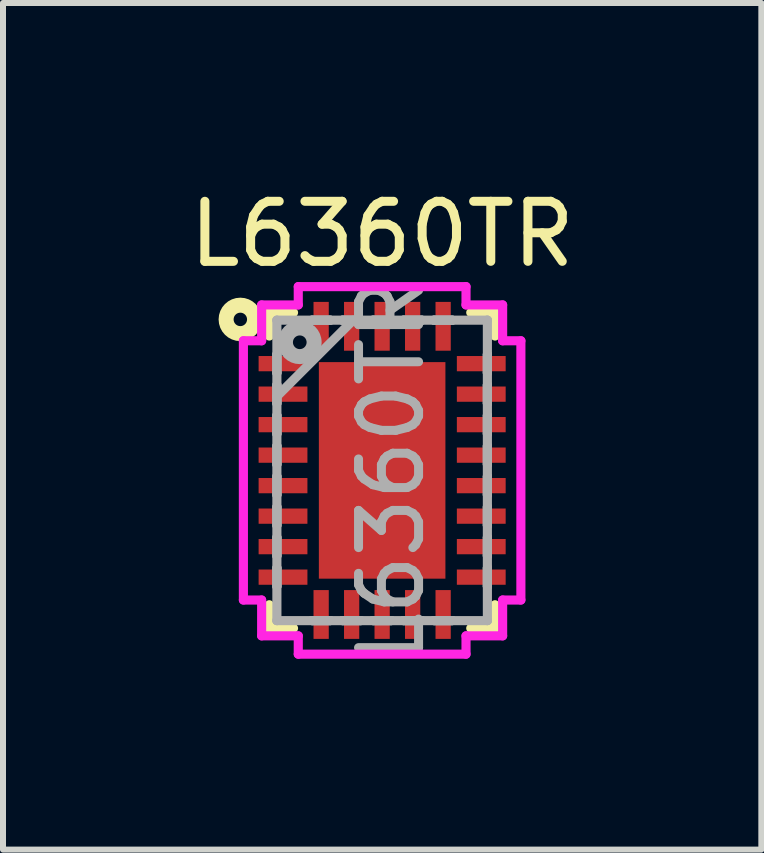
<source format=kicad_pcb>
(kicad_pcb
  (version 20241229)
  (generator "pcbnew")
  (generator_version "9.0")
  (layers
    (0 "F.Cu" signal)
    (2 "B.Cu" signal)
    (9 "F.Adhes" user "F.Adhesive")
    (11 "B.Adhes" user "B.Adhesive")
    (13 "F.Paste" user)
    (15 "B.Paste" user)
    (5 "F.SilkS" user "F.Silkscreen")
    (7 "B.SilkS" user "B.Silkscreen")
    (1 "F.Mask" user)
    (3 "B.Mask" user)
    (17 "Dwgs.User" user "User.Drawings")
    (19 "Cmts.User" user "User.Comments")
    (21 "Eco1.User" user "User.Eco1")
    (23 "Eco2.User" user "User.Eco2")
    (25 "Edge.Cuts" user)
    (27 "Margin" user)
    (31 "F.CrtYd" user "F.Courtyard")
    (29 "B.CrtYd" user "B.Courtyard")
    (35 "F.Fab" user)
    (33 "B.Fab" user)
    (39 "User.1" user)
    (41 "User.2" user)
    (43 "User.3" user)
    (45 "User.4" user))
  (footprint "L6360TR"
    (layer "F.Cu")
    (at 3.315 4.785)
    (property "Reference" "L6360TR" (at 0 -3.937 180) (layer "F.SilkS") (effects (font (size 1 1) (thickness 0.15))))
    (attr through_hole)
    (fp_line (start -1.88 -2.629) (end -1.88 -2.238) (stroke (width 0.152) (type solid)) (layer "F.SilkS"))
    (fp_line (start -1.88 2.238) (end -1.88 2.629) (stroke (width 0.152) (type solid)) (layer "F.SilkS"))
    (fp_line (start -1.88 2.629) (end -1.476 2.629) (stroke (width 0.152) (type solid)) (layer "F.SilkS"))
    (fp_line (start -1.476 -2.629) (end -1.88 -2.629) (stroke (width 0.152) (type solid)) (layer "F.SilkS"))
    (fp_line (start 1.476 2.629) (end 1.88 2.629) (stroke (width 0.152) (type solid)) (layer "F.SilkS"))
    (fp_line (start 1.88 -2.629) (end 1.476 -2.629) (stroke (width 0.152) (type solid)) (layer "F.SilkS"))
    (fp_line (start 1.88 -2.238) (end 1.88 -2.629) (stroke (width 0.152) (type solid)) (layer "F.SilkS"))
    (fp_line (start 1.88 2.629) (end 1.88 2.238) (stroke (width 0.152) (type solid)) (layer "F.SilkS"))
    (fp_circle (center -2.362 -2.515) (end -2.25 -2.515) (stroke (width 0.25) (type solid)) (fill no) (layer "F.SilkS"))
    (fp_line (start -0.954 -1.703) (end -0.954 -0.1) (stroke (width 0.152) (type solid)) (layer "F.Paste"))
    (fp_line (start -0.954 -0.1) (end 0.954 -0.1) (stroke (width 0.152) (type solid)) (layer "F.Paste"))
    (fp_line (start -0.954 0.1) (end -0.954 1.703) (stroke (width 0.152) (type solid)) (layer "F.Paste"))
    (fp_line (start -0.954 1.703) (end 0.954 1.703) (stroke (width 0.152) (type solid)) (layer "F.Paste"))
    (fp_line (start 0.954 -1.703) (end -0.954 -1.703) (stroke (width 0.152) (type solid)) (layer "F.Paste"))
    (fp_line (start 0.954 -0.1) (end 0.954 -1.703) (stroke (width 0.152) (type solid)) (layer "F.Paste"))
    (fp_line (start 0.954 0.1) (end -0.954 0.1) (stroke (width 0.152) (type solid)) (layer "F.Paste"))
    (fp_line (start 0.954 1.703) (end 0.954 0.1) (stroke (width 0.152) (type solid)) (layer "F.Paste"))
    (fp_line (start -2.311 -2.159) (end -2.007 -2.159) (stroke (width 0.152) (type solid)) (layer "F.CrtYd"))
    (fp_line (start -2.311 2.159) (end -2.311 -2.159) (stroke (width 0.152) (type solid)) (layer "F.CrtYd"))
    (fp_line (start -2.007 -2.756) (end -1.397 -2.756) (stroke (width 0.152) (type solid)) (layer "F.CrtYd"))
    (fp_line (start -2.007 -2.159) (end -2.007 -2.756) (stroke (width 0.152) (type solid)) (layer "F.CrtYd"))
    (fp_line (start -2.007 2.159) (end -2.311 2.159) (stroke (width 0.152) (type solid)) (layer "F.CrtYd"))
    (fp_line (start -2.007 2.756) (end -2.007 2.159) (stroke (width 0.152) (type solid)) (layer "F.CrtYd"))
    (fp_line (start -1.397 -3.061) (end 1.397 -3.061) (stroke (width 0.152) (type solid)) (layer "F.CrtYd"))
    (fp_line (start -1.397 -2.756) (end -1.397 -3.061) (stroke (width 0.152) (type solid)) (layer "F.CrtYd"))
    (fp_line (start -1.397 2.756) (end -2.007 2.756) (stroke (width 0.152) (type solid)) (layer "F.CrtYd"))
    (fp_line (start -1.397 3.061) (end -1.397 2.756) (stroke (width 0.152) (type solid)) (layer "F.CrtYd"))
    (fp_line (start 1.397 -3.061) (end 1.397 -2.756) (stroke (width 0.152) (type solid)) (layer "F.CrtYd"))
    (fp_line (start 1.397 -2.756) (end 2.007 -2.756) (stroke (width 0.152) (type solid)) (layer "F.CrtYd"))
    (fp_line (start 1.397 2.756) (end 1.397 3.061) (stroke (width 0.152) (type solid)) (layer "F.CrtYd"))
    (fp_line (start 1.397 3.061) (end -1.397 3.061) (stroke (width 0.152) (type solid)) (layer "F.CrtYd"))
    (fp_line (start 2.007 -2.756) (end 2.007 -2.159) (stroke (width 0.152) (type solid)) (layer "F.CrtYd"))
    (fp_line (start 2.007 -2.159) (end 2.311 -2.159) (stroke (width 0.152) (type solid)) (layer "F.CrtYd"))
    (fp_line (start 2.007 2.159) (end 2.007 2.756) (stroke (width 0.152) (type solid)) (layer "F.CrtYd"))
    (fp_line (start 2.007 2.756) (end 1.397 2.756) (stroke (width 0.152) (type solid)) (layer "F.CrtYd"))
    (fp_line (start 2.311 -2.159) (end 2.311 2.159) (stroke (width 0.152) (type solid)) (layer "F.CrtYd"))
    (fp_line (start 2.311 2.159) (end 2.007 2.159) (stroke (width 0.152) (type solid)) (layer "F.CrtYd"))
    (fp_line (start -1.753 -2.502) (end -1.753 -2.502) (stroke (width 0.152) (type solid)) (layer "F.Fab"))
    (fp_line (start -1.753 -2.502) (end -1.753 2.502) (stroke (width 0.152) (type solid)) (layer "F.Fab"))
    (fp_line (start -1.753 -1.93) (end -1.753 -1.93) (stroke (width 0.152) (type solid)) (layer "F.Fab"))
    (fp_line (start -1.753 -1.93) (end -1.753 -1.626) (stroke (width 0.152) (type solid)) (layer "F.Fab"))
    (fp_line (start -1.753 -1.626) (end -1.753 -1.93) (stroke (width 0.152) (type solid)) (layer "F.Fab"))
    (fp_line (start -1.753 -1.626) (end -1.753 -1.626) (stroke (width 0.152) (type solid)) (layer "F.Fab"))
    (fp_line (start -1.753 -1.422) (end -1.753 -1.422) (stroke (width 0.152) (type solid)) (layer "F.Fab"))
    (fp_line (start -1.753 -1.422) (end -1.753 -1.118) (stroke (width 0.152) (type solid)) (layer "F.Fab"))
    (fp_line (start -1.753 -1.232) (end -0.483 -2.502) (stroke (width 0.152) (type solid)) (layer "F.Fab"))
    (fp_line (start -1.753 -1.118) (end -1.753 -1.422) (stroke (width 0.152) (type solid)) (layer "F.Fab"))
    (fp_line (start -1.753 -1.118) (end -1.753 -1.118) (stroke (width 0.152) (type solid)) (layer "F.Fab"))
    (fp_line (start -1.753 -0.914) (end -1.753 -0.914) (stroke (width 0.152) (type solid)) (layer "F.Fab"))
    (fp_line (start -1.753 -0.914) (end -1.753 -0.61) (stroke (width 0.152) (type solid)) (layer "F.Fab"))
    (fp_line (start -1.753 -0.61) (end -1.753 -0.914) (stroke (width 0.152) (type solid)) (layer "F.Fab"))
    (fp_line (start -1.753 -0.61) (end -1.753 -0.61) (stroke (width 0.152) (type solid)) (layer "F.Fab"))
    (fp_line (start -1.753 -0.406) (end -1.753 -0.406) (stroke (width 0.152) (type solid)) (layer "F.Fab"))
    (fp_line (start -1.753 -0.406) (end -1.753 -0.102) (stroke (width 0.152) (type solid)) (layer "F.Fab"))
    (fp_line (start -1.753 -0.102) (end -1.753 -0.406) (stroke (width 0.152) (type solid)) (layer "F.Fab"))
    (fp_line (start -1.753 -0.102) (end -1.753 -0.102) (stroke (width 0.152) (type solid)) (layer "F.Fab"))
    (fp_line (start -1.753 0.102) (end -1.753 0.102) (stroke (width 0.152) (type solid)) (layer "F.Fab"))
    (fp_line (start -1.753 0.102) (end -1.753 0.406) (stroke (width 0.152) (type solid)) (layer "F.Fab"))
    (fp_line (start -1.753 0.406) (end -1.753 0.102) (stroke (width 0.152) (type solid)) (layer "F.Fab"))
    (fp_line (start -1.753 0.406) (end -1.753 0.406) (stroke (width 0.152) (type solid)) (layer "F.Fab"))
    (fp_line (start -1.753 0.61) (end -1.753 0.61) (stroke (width 0.152) (type solid)) (layer "F.Fab"))
    (fp_line (start -1.753 0.61) (end -1.753 0.914) (stroke (width 0.152) (type solid)) (layer "F.Fab"))
    (fp_line (start -1.753 0.914) (end -1.753 0.61) (stroke (width 0.152) (type solid)) (layer "F.Fab"))
    (fp_line (start -1.753 0.914) (end -1.753 0.914) (stroke (width 0.152) (type solid)) (layer "F.Fab"))
    (fp_line (start -1.753 1.118) (end -1.753 1.118) (stroke (width 0.152) (type solid)) (layer "F.Fab"))
    (fp_line (start -1.753 1.118) (end -1.753 1.422) (stroke (width 0.152) (type solid)) (layer "F.Fab"))
    (fp_line (start -1.753 1.422) (end -1.753 1.118) (stroke (width 0.152) (type solid)) (layer "F.Fab"))
    (fp_line (start -1.753 1.422) (end -1.753 1.422) (stroke (width 0.152) (type solid)) (layer "F.Fab"))
    (fp_line (start -1.753 1.626) (end -1.753 1.626) (stroke (width 0.152) (type solid)) (layer "F.Fab"))
    (fp_line (start -1.753 1.626) (end -1.753 1.93) (stroke (width 0.152) (type solid)) (layer "F.Fab"))
    (fp_line (start -1.753 1.93) (end -1.753 1.626) (stroke (width 0.152) (type solid)) (layer "F.Fab"))
    (fp_line (start -1.753 1.93) (end -1.753 1.93) (stroke (width 0.152) (type solid)) (layer "F.Fab"))
    (fp_line (start -1.753 2.502) (end -1.753 2.502) (stroke (width 0.152) (type solid)) (layer "F.Fab"))
    (fp_line (start -1.753 2.502) (end 1.753 2.502) (stroke (width 0.152) (type solid)) (layer "F.Fab"))
    (fp_line (start -1.168 -2.502) (end -1.168 -2.502) (stroke (width 0.152) (type solid)) (layer "F.Fab"))
    (fp_line (start -1.168 -2.502) (end -0.864 -2.502) (stroke (width 0.152) (type solid)) (layer "F.Fab"))
    (fp_line (start -1.168 2.502) (end -1.168 2.502) (stroke (width 0.152) (type solid)) (layer "F.Fab"))
    (fp_line (start -1.168 2.502) (end -0.864 2.502) (stroke (width 0.152) (type solid)) (layer "F.Fab"))
    (fp_line (start -0.864 -2.502) (end -1.168 -2.502) (stroke (width 0.152) (type solid)) (layer "F.Fab"))
    (fp_line (start -0.864 -2.502) (end -0.864 -2.502) (stroke (width 0.152) (type solid)) (layer "F.Fab"))
    (fp_line (start -0.864 2.502) (end -1.168 2.502) (stroke (width 0.152) (type solid)) (layer "F.Fab"))
    (fp_line (start -0.864 2.502) (end -0.864 2.502) (stroke (width 0.152) (type solid)) (layer "F.Fab"))
    (fp_line (start -0.66 -2.502) (end -0.66 -2.502) (stroke (width 0.152) (type solid)) (layer "F.Fab"))
    (fp_line (start -0.66 -2.502) (end -0.356 -2.502) (stroke (width 0.152) (type solid)) (layer "F.Fab"))
    (fp_line (start -0.66 2.502) (end -0.66 2.502) (stroke (width 0.152) (type solid)) (layer "F.Fab"))
    (fp_line (start -0.66 2.502) (end -0.356 2.502) (stroke (width 0.152) (type solid)) (layer "F.Fab"))
    (fp_line (start -0.356 -2.502) (end -0.66 -2.502) (stroke (width 0.152) (type solid)) (layer "F.Fab"))
    (fp_line (start -0.356 -2.502) (end -0.356 -2.502) (stroke (width 0.152) (type solid)) (layer "F.Fab"))
    (fp_line (start -0.356 2.502) (end -0.66 2.502) (stroke (width 0.152) (type solid)) (layer "F.Fab"))
    (fp_line (start -0.356 2.502) (end -0.356 2.502) (stroke (width 0.152) (type solid)) (layer "F.Fab"))
    (fp_line (start -0.152 -2.502) (end -0.152 -2.502) (stroke (width 0.152) (type solid)) (layer "F.Fab"))
    (fp_line (start -0.152 -2.502) (end 0.152 -2.502) (stroke (width 0.152) (type solid)) (layer "F.Fab"))
    (fp_line (start -0.152 2.502) (end -0.152 2.502) (stroke (width 0.152) (type solid)) (layer "F.Fab"))
    (fp_line (start -0.152 2.502) (end 0.152 2.502) (stroke (width 0.152) (type solid)) (layer "F.Fab"))
    (fp_line (start 0.152 -2.502) (end -0.152 -2.502) (stroke (width 0.152) (type solid)) (layer "F.Fab"))
    (fp_line (start 0.152 -2.502) (end 0.152 -2.502) (stroke (width 0.152) (type solid)) (layer "F.Fab"))
    (fp_line (start 0.152 2.502) (end -0.152 2.502) (stroke (width 0.152) (type solid)) (layer "F.Fab"))
    (fp_line (start 0.152 2.502) (end 0.152 2.502) (stroke (width 0.152) (type solid)) (layer "F.Fab"))
    (fp_line (start 0.356 -2.502) (end 0.356 -2.502) (stroke (width 0.152) (type solid)) (layer "F.Fab"))
    (fp_line (start 0.356 -2.502) (end 0.66 -2.502) (stroke (width 0.152) (type solid)) (layer "F.Fab"))
    (fp_line (start 0.356 2.502) (end 0.356 2.502) (stroke (width 0.152) (type solid)) (layer "F.Fab"))
    (fp_line (start 0.356 2.502) (end 0.66 2.502) (stroke (width 0.152) (type solid)) (layer "F.Fab"))
    (fp_line (start 0.66 -2.502) (end 0.356 -2.502) (stroke (width 0.152) (type solid)) (layer "F.Fab"))
    (fp_line (start 0.66 -2.502) (end 0.66 -2.502) (stroke (width 0.152) (type solid)) (layer "F.Fab"))
    (fp_line (start 0.66 2.502) (end 0.356 2.502) (stroke (width 0.152) (type solid)) (layer "F.Fab"))
    (fp_line (start 0.66 2.502) (end 0.66 2.502) (stroke (width 0.152) (type solid)) (layer "F.Fab"))
    (fp_line (start 0.864 -2.502) (end 0.864 -2.502) (stroke (width 0.152) (type solid)) (layer "F.Fab"))
    (fp_line (start 0.864 -2.502) (end 1.168 -2.502) (stroke (width 0.152) (type solid)) (layer "F.Fab"))
    (fp_line (start 0.864 2.502) (end 0.864 2.502) (stroke (width 0.152) (type solid)) (layer "F.Fab"))
    (fp_line (start 0.864 2.502) (end 1.168 2.502) (stroke (width 0.152) (type solid)) (layer "F.Fab"))
    (fp_line (start 1.168 -2.502) (end 0.864 -2.502) (stroke (width 0.152) (type solid)) (layer "F.Fab"))
    (fp_line (start 1.168 -2.502) (end 1.168 -2.502) (stroke (width 0.152) (type solid)) (layer "F.Fab"))
    (fp_line (start 1.168 2.502) (end 0.864 2.502) (stroke (width 0.152) (type solid)) (layer "F.Fab"))
    (fp_line (start 1.168 2.502) (end 1.168 2.502) (stroke (width 0.152) (type solid)) (layer "F.Fab"))
    (fp_line (start 1.753 -2.502) (end -1.753 -2.502) (stroke (width 0.152) (type solid)) (layer "F.Fab"))
    (fp_line (start 1.753 -2.502) (end 1.753 -2.502) (stroke (width 0.152) (type solid)) (layer "F.Fab"))
    (fp_line (start 1.753 -1.93) (end 1.753 -1.93) (stroke (width 0.152) (type solid)) (layer "F.Fab"))
    (fp_line (start 1.753 -1.93) (end 1.753 -1.626) (stroke (width 0.152) (type solid)) (layer "F.Fab"))
    (fp_line (start 1.753 -1.626) (end 1.753 -1.93) (stroke (width 0.152) (type solid)) (layer "F.Fab"))
    (fp_line (start 1.753 -1.626) (end 1.753 -1.626) (stroke (width 0.152) (type solid)) (layer "F.Fab"))
    (fp_line (start 1.753 -1.422) (end 1.753 -1.422) (stroke (width 0.152) (type solid)) (layer "F.Fab"))
    (fp_line (start 1.753 -1.422) (end 1.753 -1.118) (stroke (width 0.152) (type solid)) (layer "F.Fab"))
    (fp_line (start 1.753 -1.118) (end 1.753 -1.422) (stroke (width 0.152) (type solid)) (layer "F.Fab"))
    (fp_line (start 1.753 -1.118) (end 1.753 -1.118) (stroke (width 0.152) (type solid)) (layer "F.Fab"))
    (fp_line (start 1.753 -0.914) (end 1.753 -0.914) (stroke (width 0.152) (type solid)) (layer "F.Fab"))
    (fp_line (start 1.753 -0.914) (end 1.753 -0.61) (stroke (width 0.152) (type solid)) (layer "F.Fab"))
    (fp_line (start 1.753 -0.61) (end 1.753 -0.914) (stroke (width 0.152) (type solid)) (layer "F.Fab"))
    (fp_line (start 1.753 -0.61) (end 1.753 -0.61) (stroke (width 0.152) (type solid)) (layer "F.Fab"))
    (fp_line (start 1.753 -0.406) (end 1.753 -0.406) (stroke (width 0.152) (type solid)) (layer "F.Fab"))
    (fp_line (start 1.753 -0.406) (end 1.753 -0.102) (stroke (width 0.152) (type solid)) (layer "F.Fab"))
    (fp_line (start 1.753 -0.102) (end 1.753 -0.406) (stroke (width 0.152) (type solid)) (layer "F.Fab"))
    (fp_line (start 1.753 -0.102) (end 1.753 -0.102) (stroke (width 0.152) (type solid)) (layer "F.Fab"))
    (fp_line (start 1.753 0.102) (end 1.753 0.102) (stroke (width 0.152) (type solid)) (layer "F.Fab"))
    (fp_line (start 1.753 0.102) (end 1.753 0.406) (stroke (width 0.152) (type solid)) (layer "F.Fab"))
    (fp_line (start 1.753 0.406) (end 1.753 0.102) (stroke (width 0.152) (type solid)) (layer "F.Fab"))
    (fp_line (start 1.753 0.406) (end 1.753 0.406) (stroke (width 0.152) (type solid)) (layer "F.Fab"))
    (fp_line (start 1.753 0.61) (end 1.753 0.61) (stroke (width 0.152) (type solid)) (layer "F.Fab"))
    (fp_line (start 1.753 0.61) (end 1.753 0.914) (stroke (width 0.152) (type solid)) (layer "F.Fab"))
    (fp_line (start 1.753 0.914) (end 1.753 0.61) (stroke (width 0.152) (type solid)) (layer "F.Fab"))
    (fp_line (start 1.753 0.914) (end 1.753 0.914) (stroke (width 0.152) (type solid)) (layer "F.Fab"))
    (fp_line (start 1.753 1.118) (end 1.753 1.118) (stroke (width 0.152) (type solid)) (layer "F.Fab"))
    (fp_line (start 1.753 1.118) (end 1.753 1.422) (stroke (width 0.152) (type solid)) (layer "F.Fab"))
    (fp_line (start 1.753 1.422) (end 1.753 1.118) (stroke (width 0.152) (type solid)) (layer "F.Fab"))
    (fp_line (start 1.753 1.422) (end 1.753 1.422) (stroke (width 0.152) (type solid)) (layer "F.Fab"))
    (fp_line (start 1.753 1.626) (end 1.753 1.626) (stroke (width 0.152) (type solid)) (layer "F.Fab"))
    (fp_line (start 1.753 1.626) (end 1.753 1.93) (stroke (width 0.152) (type solid)) (layer "F.Fab"))
    (fp_line (start 1.753 1.93) (end 1.753 1.626) (stroke (width 0.152) (type solid)) (layer "F.Fab"))
    (fp_line (start 1.753 1.93) (end 1.753 1.93) (stroke (width 0.152) (type solid)) (layer "F.Fab"))
    (fp_line (start 1.753 2.502) (end 1.753 -2.502) (stroke (width 0.152) (type solid)) (layer "F.Fab"))
    (fp_line (start 1.753 2.502) (end 1.753 2.502) (stroke (width 0.152) (type solid)) (layer "F.Fab"))
    (fp_circle (center -1.372 -2.134) (end -1.258 -2.134) (stroke (width 0.25) (type solid)) (fill no) (layer "F.Fab"))
    (fp_text user "${REFERENCE}" (at 0.152 0 90) (layer "F.Fab") (effects (font (size 1 1) (thickness 0.15))))
    (pad "1" smd rect (at -1.651 -1.778 90) (size 0.254 0.813) (layers "F.Cu" "F.Mask" "F.Paste"))
    (pad "2" smd rect (at -1.651 -1.27 90) (size 0.254 0.813) (layers "F.Cu" "F.Mask" "F.Paste"))
    (pad "3" smd rect (at -1.651 -0.762 90) (size 0.254 0.813) (layers "F.Cu" "F.Mask" "F.Paste"))
    (pad "4" smd rect (at -1.651 -0.254 90) (size 0.254 0.813) (layers "F.Cu" "F.Mask" "F.Paste"))
    (pad "5" smd rect (at -1.651 0.254 90) (size 0.254 0.813) (layers "F.Cu" "F.Mask" "F.Paste"))
    (pad "6" smd rect (at -1.651 0.762 90) (size 0.254 0.813) (layers "F.Cu" "F.Mask" "F.Paste"))
    (pad "7" smd rect (at -1.651 1.27 90) (size 0.254 0.813) (layers "F.Cu" "F.Mask" "F.Paste"))
    (pad "8" smd rect (at -1.651 1.778 90) (size 0.254 0.813) (layers "F.Cu" "F.Mask" "F.Paste"))
    (pad "9" smd rect (at -1.016 2.4) (size 0.254 0.813) (layers "F.Cu" "F.Mask" "F.Paste"))
    (pad "10" smd rect (at -0.508 2.4) (size 0.254 0.813) (layers "F.Cu" "F.Mask" "F.Paste"))
    (pad "11" smd rect (at 0 2.4) (size 0.254 0.813) (layers "F.Cu" "F.Mask" "F.Paste"))
    (pad "12" smd rect (at 0.508 2.4) (size 0.254 0.813) (layers "F.Cu" "F.Mask" "F.Paste"))
    (pad "13" smd rect (at 1.016 2.4) (size 0.254 0.813) (layers "F.Cu" "F.Mask" "F.Paste"))
    (pad "14" smd rect (at 1.651 1.778 90) (size 0.254 0.813) (layers "F.Cu" "F.Mask" "F.Paste"))
    (pad "15" smd rect (at 1.651 1.27 90) (size 0.254 0.813) (layers "F.Cu" "F.Mask" "F.Paste"))
    (pad "16" smd rect (at 1.651 0.762 90) (size 0.254 0.813) (layers "F.Cu" "F.Mask" "F.Paste"))
    (pad "17" smd rect (at 1.651 0.254 90) (size 0.254 0.813) (layers "F.Cu" "F.Mask" "F.Paste"))
    (pad "18" smd rect (at 1.651 -0.254 90) (size 0.254 0.813) (layers "F.Cu" "F.Mask" "F.Paste"))
    (pad "19" smd rect (at 1.651 -0.762 90) (size 0.254 0.813) (layers "F.Cu" "F.Mask" "F.Paste"))
    (pad "20" smd rect (at 1.651 -1.27 90) (size 0.254 0.813) (layers "F.Cu" "F.Mask" "F.Paste"))
    (pad "21" smd rect (at 1.651 -1.778 90) (size 0.254 0.813) (layers "F.Cu" "F.Mask" "F.Paste"))
    (pad "22" smd rect (at 1.016 -2.4) (size 0.254 0.813) (layers "F.Cu" "F.Mask" "F.Paste"))
    (pad "23" smd rect (at 0.508 -2.4) (size 0.254 0.813) (layers "F.Cu" "F.Mask" "F.Paste"))
    (pad "24" smd rect (at 0 -2.4) (size 0.254 0.813) (layers "F.Cu" "F.Mask" "F.Paste"))
    (pad "25" smd rect (at -0.508 -2.4) (size 0.254 0.813) (layers "F.Cu" "F.Mask" "F.Paste"))
    (pad "26" smd rect (at -1.016 -2.4) (size 0.254 0.813) (layers "F.Cu" "F.Mask" "F.Paste"))
    (pad "27" smd rect (at 0 0) (size 2.108 3.607) (layers "F.Cu" "F.Mask" "F.Paste")))
  (gr_rect
    (start -3 -3)
    (end 9.631 11.101)
    (stroke (width 0.1) (type default))
    (fill no)
    (layer "Edge.Cuts")))
</source>
